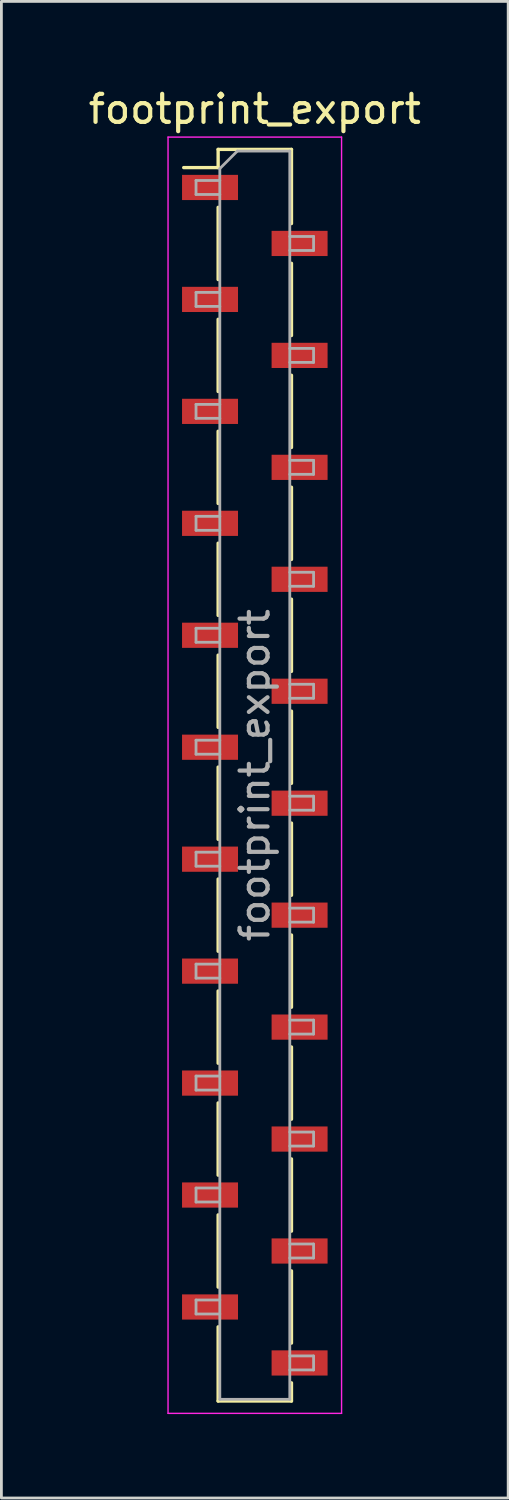
<source format=kicad_pcb>
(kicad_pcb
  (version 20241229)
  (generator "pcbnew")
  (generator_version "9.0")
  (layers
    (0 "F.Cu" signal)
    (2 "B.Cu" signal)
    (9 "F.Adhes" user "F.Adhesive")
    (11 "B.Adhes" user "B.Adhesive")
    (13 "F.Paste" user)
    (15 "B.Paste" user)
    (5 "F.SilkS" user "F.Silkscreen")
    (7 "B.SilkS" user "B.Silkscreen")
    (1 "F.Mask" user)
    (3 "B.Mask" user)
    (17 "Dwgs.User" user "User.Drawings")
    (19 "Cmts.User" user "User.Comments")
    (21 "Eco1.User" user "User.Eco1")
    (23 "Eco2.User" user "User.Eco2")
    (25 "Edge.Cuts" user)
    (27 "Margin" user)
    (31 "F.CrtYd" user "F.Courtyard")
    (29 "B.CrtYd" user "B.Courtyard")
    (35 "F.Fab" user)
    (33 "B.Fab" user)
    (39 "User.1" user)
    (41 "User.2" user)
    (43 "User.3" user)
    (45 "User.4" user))
  (footprint "footprint_export"
    (layer "F.Cu")
    (at 6.054 24.648)
    (property "Reference" "footprint_export" (at 0 -23.8 0) (layer "F.SilkS") (effects (font (size 1 1) (thickness 0.15))))
    (attr smd)
    (fp_line (start -2.54 -21.71) (end -1.31 -21.71) (stroke (width 0.12) (type solid)) (layer "F.SilkS"))
    (fp_line (start -1.31 -22.36) (end -1.31 -21.71) (stroke (width 0.12) (type solid)) (layer "F.SilkS"))
    (fp_line (start -1.31 -22.36) (end 1.31 -22.36) (stroke (width 0.12) (type solid)) (layer "F.SilkS"))
    (fp_line (start -1.31 -20.29) (end -1.31 -17.71) (stroke (width 0.12) (type solid)) (layer "F.SilkS"))
    (fp_line (start -1.31 -16.29) (end -1.31 -13.71) (stroke (width 0.12) (type solid)) (layer "F.SilkS"))
    (fp_line (start -1.31 -12.29) (end -1.31 -9.71) (stroke (width 0.12) (type solid)) (layer "F.SilkS"))
    (fp_line (start -1.31 -8.29) (end -1.31 -5.71) (stroke (width 0.12) (type solid)) (layer "F.SilkS"))
    (fp_line (start -1.31 -4.29) (end -1.31 -1.71) (stroke (width 0.12) (type solid)) (layer "F.SilkS"))
    (fp_line (start -1.31 -0.29) (end -1.31 2.29) (stroke (width 0.12) (type solid)) (layer "F.SilkS"))
    (fp_line (start -1.31 3.71) (end -1.31 6.29) (stroke (width 0.12) (type solid)) (layer "F.SilkS"))
    (fp_line (start -1.31 7.71) (end -1.31 10.29) (stroke (width 0.12) (type solid)) (layer "F.SilkS"))
    (fp_line (start -1.31 11.71) (end -1.31 14.29) (stroke (width 0.12) (type solid)) (layer "F.SilkS"))
    (fp_line (start -1.31 15.71) (end -1.31 18.29) (stroke (width 0.12) (type solid)) (layer "F.SilkS"))
    (fp_line (start -1.31 19.71) (end -1.31 22.36) (stroke (width 0.12) (type solid)) (layer "F.SilkS"))
    (fp_line (start -1.31 22.36) (end 1.31 22.36) (stroke (width 0.12) (type solid)) (layer "F.SilkS"))
    (fp_line (start 1.31 -22.36) (end 1.31 -19.71) (stroke (width 0.12) (type solid)) (layer "F.SilkS"))
    (fp_line (start 1.31 -18.29) (end 1.31 -15.71) (stroke (width 0.12) (type solid)) (layer "F.SilkS"))
    (fp_line (start 1.31 -14.29) (end 1.31 -11.71) (stroke (width 0.12) (type solid)) (layer "F.SilkS"))
    (fp_line (start 1.31 -10.29) (end 1.31 -7.71) (stroke (width 0.12) (type solid)) (layer "F.SilkS"))
    (fp_line (start 1.31 -6.29) (end 1.31 -3.71) (stroke (width 0.12) (type solid)) (layer "F.SilkS"))
    (fp_line (start 1.31 -2.29) (end 1.31 0.29) (stroke (width 0.12) (type solid)) (layer "F.SilkS"))
    (fp_line (start 1.31 1.71) (end 1.31 4.29) (stroke (width 0.12) (type solid)) (layer "F.SilkS"))
    (fp_line (start 1.31 5.71) (end 1.31 8.29) (stroke (width 0.12) (type solid)) (layer "F.SilkS"))
    (fp_line (start 1.31 9.71) (end 1.31 12.29) (stroke (width 0.12) (type solid)) (layer "F.SilkS"))
    (fp_line (start 1.31 13.71) (end 1.31 16.29) (stroke (width 0.12) (type solid)) (layer "F.SilkS"))
    (fp_line (start 1.31 17.71) (end 1.31 20.29) (stroke (width 0.12) (type solid)) (layer "F.SilkS"))
    (fp_line (start 1.31 21.71) (end 1.31 22.36) (stroke (width 0.12) (type solid)) (layer "F.SilkS"))
    (fp_line (start -3.1 -22.8) (end 3.1 -22.8) (stroke (width 0.05) (type solid)) (layer "F.CrtYd"))
    (fp_line (start -3.1 22.8) (end -3.1 -22.8) (stroke (width 0.05) (type solid)) (layer "F.CrtYd"))
    (fp_line (start 3.1 -22.8) (end 3.1 22.8) (stroke (width 0.05) (type solid)) (layer "F.CrtYd"))
    (fp_line (start 3.1 22.8) (end -3.1 22.8) (stroke (width 0.05) (type solid)) (layer "F.CrtYd"))
    (fp_line (start -2.1 -21.25) (end -1.25 -21.25) (stroke (width 0.1) (type solid)) (layer "F.Fab"))
    (fp_line (start -2.1 -20.75) (end -2.1 -21.25) (stroke (width 0.1) (type solid)) (layer "F.Fab"))
    (fp_line (start -2.1 -17.25) (end -1.25 -17.25) (stroke (width 0.1) (type solid)) (layer "F.Fab"))
    (fp_line (start -2.1 -16.75) (end -2.1 -17.25) (stroke (width 0.1) (type solid)) (layer "F.Fab"))
    (fp_line (start -2.1 -13.25) (end -1.25 -13.25) (stroke (width 0.1) (type solid)) (layer "F.Fab"))
    (fp_line (start -2.1 -12.75) (end -2.1 -13.25) (stroke (width 0.1) (type solid)) (layer "F.Fab"))
    (fp_line (start -2.1 -9.25) (end -1.25 -9.25) (stroke (width 0.1) (type solid)) (layer "F.Fab"))
    (fp_line (start -2.1 -8.75) (end -2.1 -9.25) (stroke (width 0.1) (type solid)) (layer "F.Fab"))
    (fp_line (start -2.1 -5.25) (end -1.25 -5.25) (stroke (width 0.1) (type solid)) (layer "F.Fab"))
    (fp_line (start -2.1 -4.75) (end -2.1 -5.25) (stroke (width 0.1) (type solid)) (layer "F.Fab"))
    (fp_line (start -2.1 -1.25) (end -1.25 -1.25) (stroke (width 0.1) (type solid)) (layer "F.Fab"))
    (fp_line (start -2.1 -0.75) (end -2.1 -1.25) (stroke (width 0.1) (type solid)) (layer "F.Fab"))
    (fp_line (start -2.1 2.75) (end -1.25 2.75) (stroke (width 0.1) (type solid)) (layer "F.Fab"))
    (fp_line (start -2.1 3.25) (end -2.1 2.75) (stroke (width 0.1) (type solid)) (layer "F.Fab"))
    (fp_line (start -2.1 6.75) (end -1.25 6.75) (stroke (width 0.1) (type solid)) (layer "F.Fab"))
    (fp_line (start -2.1 7.25) (end -2.1 6.75) (stroke (width 0.1) (type solid)) (layer "F.Fab"))
    (fp_line (start -2.1 10.75) (end -1.25 10.75) (stroke (width 0.1) (type solid)) (layer "F.Fab"))
    (fp_line (start -2.1 11.25) (end -2.1 10.75) (stroke (width 0.1) (type solid)) (layer "F.Fab"))
    (fp_line (start -2.1 14.75) (end -1.25 14.75) (stroke (width 0.1) (type solid)) (layer "F.Fab"))
    (fp_line (start -2.1 15.25) (end -2.1 14.75) (stroke (width 0.1) (type solid)) (layer "F.Fab"))
    (fp_line (start -2.1 18.75) (end -1.25 18.75) (stroke (width 0.1) (type solid)) (layer "F.Fab"))
    (fp_line (start -2.1 19.25) (end -2.1 18.75) (stroke (width 0.1) (type solid)) (layer "F.Fab"))
    (fp_line (start -1.25 -21.675) (end -0.625 -22.3) (stroke (width 0.1) (type solid)) (layer "F.Fab"))
    (fp_line (start -1.25 -20.75) (end -2.1 -20.75) (stroke (width 0.1) (type solid)) (layer "F.Fab"))
    (fp_line (start -1.25 -16.75) (end -2.1 -16.75) (stroke (width 0.1) (type solid)) (layer "F.Fab"))
    (fp_line (start -1.25 -12.75) (end -2.1 -12.75) (stroke (width 0.1) (type solid)) (layer "F.Fab"))
    (fp_line (start -1.25 -8.75) (end -2.1 -8.75) (stroke (width 0.1) (type solid)) (layer "F.Fab"))
    (fp_line (start -1.25 -4.75) (end -2.1 -4.75) (stroke (width 0.1) (type solid)) (layer "F.Fab"))
    (fp_line (start -1.25 -0.75) (end -2.1 -0.75) (stroke (width 0.1) (type solid)) (layer "F.Fab"))
    (fp_line (start -1.25 3.25) (end -2.1 3.25) (stroke (width 0.1) (type solid)) (layer "F.Fab"))
    (fp_line (start -1.25 7.25) (end -2.1 7.25) (stroke (width 0.1) (type solid)) (layer "F.Fab"))
    (fp_line (start -1.25 11.25) (end -2.1 11.25) (stroke (width 0.1) (type solid)) (layer "F.Fab"))
    (fp_line (start -1.25 15.25) (end -2.1 15.25) (stroke (width 0.1) (type solid)) (layer "F.Fab"))
    (fp_line (start -1.25 19.25) (end -2.1 19.25) (stroke (width 0.1) (type solid)) (layer "F.Fab"))
    (fp_line (start -1.25 22.3) (end -1.25 -21.675) (stroke (width 0.1) (type solid)) (layer "F.Fab"))
    (fp_line (start -0.625 -22.3) (end 1.25 -22.3) (stroke (width 0.1) (type solid)) (layer "F.Fab"))
    (fp_line (start 1.25 -22.3) (end 1.25 22.3) (stroke (width 0.1) (type solid)) (layer "F.Fab"))
    (fp_line (start 1.25 -19.25) (end 2.1 -19.25) (stroke (width 0.1) (type solid)) (layer "F.Fab"))
    (fp_line (start 1.25 -15.25) (end 2.1 -15.25) (stroke (width 0.1) (type solid)) (layer "F.Fab"))
    (fp_line (start 1.25 -11.25) (end 2.1 -11.25) (stroke (width 0.1) (type solid)) (layer "F.Fab"))
    (fp_line (start 1.25 -7.25) (end 2.1 -7.25) (stroke (width 0.1) (type solid)) (layer "F.Fab"))
    (fp_line (start 1.25 -3.25) (end 2.1 -3.25) (stroke (width 0.1) (type solid)) (layer "F.Fab"))
    (fp_line (start 1.25 0.75) (end 2.1 0.75) (stroke (width 0.1) (type solid)) (layer "F.Fab"))
    (fp_line (start 1.25 4.75) (end 2.1 4.75) (stroke (width 0.1) (type solid)) (layer "F.Fab"))
    (fp_line (start 1.25 8.75) (end 2.1 8.75) (stroke (width 0.1) (type solid)) (layer "F.Fab"))
    (fp_line (start 1.25 12.75) (end 2.1 12.75) (stroke (width 0.1) (type solid)) (layer "F.Fab"))
    (fp_line (start 1.25 16.75) (end 2.1 16.75) (stroke (width 0.1) (type solid)) (layer "F.Fab"))
    (fp_line (start 1.25 20.75) (end 2.1 20.75) (stroke (width 0.1) (type solid)) (layer "F.Fab"))
    (fp_line (start 1.25 22.3) (end -1.25 22.3) (stroke (width 0.1) (type solid)) (layer "F.Fab"))
    (fp_line (start 2.1 -19.25) (end 2.1 -18.75) (stroke (width 0.1) (type solid)) (layer "F.Fab"))
    (fp_line (start 2.1 -18.75) (end 1.25 -18.75) (stroke (width 0.1) (type solid)) (layer "F.Fab"))
    (fp_line (start 2.1 -15.25) (end 2.1 -14.75) (stroke (width 0.1) (type solid)) (layer "F.Fab"))
    (fp_line (start 2.1 -14.75) (end 1.25 -14.75) (stroke (width 0.1) (type solid)) (layer "F.Fab"))
    (fp_line (start 2.1 -11.25) (end 2.1 -10.75) (stroke (width 0.1) (type solid)) (layer "F.Fab"))
    (fp_line (start 2.1 -10.75) (end 1.25 -10.75) (stroke (width 0.1) (type solid)) (layer "F.Fab"))
    (fp_line (start 2.1 -7.25) (end 2.1 -6.75) (stroke (width 0.1) (type solid)) (layer "F.Fab"))
    (fp_line (start 2.1 -6.75) (end 1.25 -6.75) (stroke (width 0.1) (type solid)) (layer "F.Fab"))
    (fp_line (start 2.1 -3.25) (end 2.1 -2.75) (stroke (width 0.1) (type solid)) (layer "F.Fab"))
    (fp_line (start 2.1 -2.75) (end 1.25 -2.75) (stroke (width 0.1) (type solid)) (layer "F.Fab"))
    (fp_line (start 2.1 0.75) (end 2.1 1.25) (stroke (width 0.1) (type solid)) (layer "F.Fab"))
    (fp_line (start 2.1 1.25) (end 1.25 1.25) (stroke (width 0.1) (type solid)) (layer "F.Fab"))
    (fp_line (start 2.1 4.75) (end 2.1 5.25) (stroke (width 0.1) (type solid)) (layer "F.Fab"))
    (fp_line (start 2.1 5.25) (end 1.25 5.25) (stroke (width 0.1) (type solid)) (layer "F.Fab"))
    (fp_line (start 2.1 8.75) (end 2.1 9.25) (stroke (width 0.1) (type solid)) (layer "F.Fab"))
    (fp_line (start 2.1 9.25) (end 1.25 9.25) (stroke (width 0.1) (type solid)) (layer "F.Fab"))
    (fp_line (start 2.1 12.75) (end 2.1 13.25) (stroke (width 0.1) (type solid)) (layer "F.Fab"))
    (fp_line (start 2.1 13.25) (end 1.25 13.25) (stroke (width 0.1) (type solid)) (layer "F.Fab"))
    (fp_line (start 2.1 16.75) (end 2.1 17.25) (stroke (width 0.1) (type solid)) (layer "F.Fab"))
    (fp_line (start 2.1 17.25) (end 1.25 17.25) (stroke (width 0.1) (type solid)) (layer "F.Fab"))
    (fp_line (start 2.1 20.75) (end 2.1 21.25) (stroke (width 0.1) (type solid)) (layer "F.Fab"))
    (fp_line (start 2.1 21.25) (end 1.25 21.25) (stroke (width 0.1) (type solid)) (layer "F.Fab"))
    (fp_text user "${REFERENCE}" (at 0 0 90) (layer "F.Fab") (effects (font (size 1 1) (thickness 0.15))))
    (pad "1" smd rect (at -1.6 -21) (size 2 0.9) (layers "F.Cu" "F.Mask" "F.Paste"))
    (pad "2" smd rect (at 1.6 -19) (size 2 0.9) (layers "F.Cu" "F.Mask" "F.Paste"))
    (pad "3" smd rect (at -1.6 -17) (size 2 0.9) (layers "F.Cu" "F.Mask" "F.Paste"))
    (pad "4" smd rect (at 1.6 -15) (size 2 0.9) (layers "F.Cu" "F.Mask" "F.Paste"))
    (pad "5" smd rect (at -1.6 -13) (size 2 0.9) (layers "F.Cu" "F.Mask" "F.Paste"))
    (pad "6" smd rect (at 1.6 -11) (size 2 0.9) (layers "F.Cu" "F.Mask" "F.Paste"))
    (pad "7" smd rect (at -1.6 -9) (size 2 0.9) (layers "F.Cu" "F.Mask" "F.Paste"))
    (pad "8" smd rect (at 1.6 -7) (size 2 0.9) (layers "F.Cu" "F.Mask" "F.Paste"))
    (pad "9" smd rect (at -1.6 -5) (size 2 0.9) (layers "F.Cu" "F.Mask" "F.Paste"))
    (pad "10" smd rect (at 1.6 -3) (size 2 0.9) (layers "F.Cu" "F.Mask" "F.Paste"))
    (pad "11" smd rect (at -1.6 -1) (size 2 0.9) (layers "F.Cu" "F.Mask" "F.Paste"))
    (pad "12" smd rect (at 1.6 1) (size 2 0.9) (layers "F.Cu" "F.Mask" "F.Paste"))
    (pad "13" smd rect (at -1.6 3) (size 2 0.9) (layers "F.Cu" "F.Mask" "F.Paste"))
    (pad "14" smd rect (at 1.6 5) (size 2 0.9) (layers "F.Cu" "F.Mask" "F.Paste"))
    (pad "15" smd rect (at -1.6 7) (size 2 0.9) (layers "F.Cu" "F.Mask" "F.Paste"))
    (pad "16" smd rect (at 1.6 9) (size 2 0.9) (layers "F.Cu" "F.Mask" "F.Paste"))
    (pad "17" smd rect (at -1.6 11) (size 2 0.9) (layers "F.Cu" "F.Mask" "F.Paste"))
    (pad "18" smd rect (at 1.6 13) (size 2 0.9) (layers "F.Cu" "F.Mask" "F.Paste"))
    (pad "19" smd rect (at -1.6 15) (size 2 0.9) (layers "F.Cu" "F.Mask" "F.Paste"))
    (pad "20" smd rect (at 1.6 17) (size 2 0.9) (layers "F.Cu" "F.Mask" "F.Paste"))
    (pad "21" smd rect (at -1.6 19) (size 2 0.9) (layers "F.Cu" "F.Mask" "F.Paste"))
    (pad "22" smd rect (at 1.6 21) (size 2 0.9) (layers "F.Cu" "F.Mask" "F.Paste")))
  (gr_rect
    (start -3 -3)
    (end 15.107 50.473)
    (stroke (width 0.1) (type default))
    (fill no)
    (layer "Edge.Cuts")))
</source>
